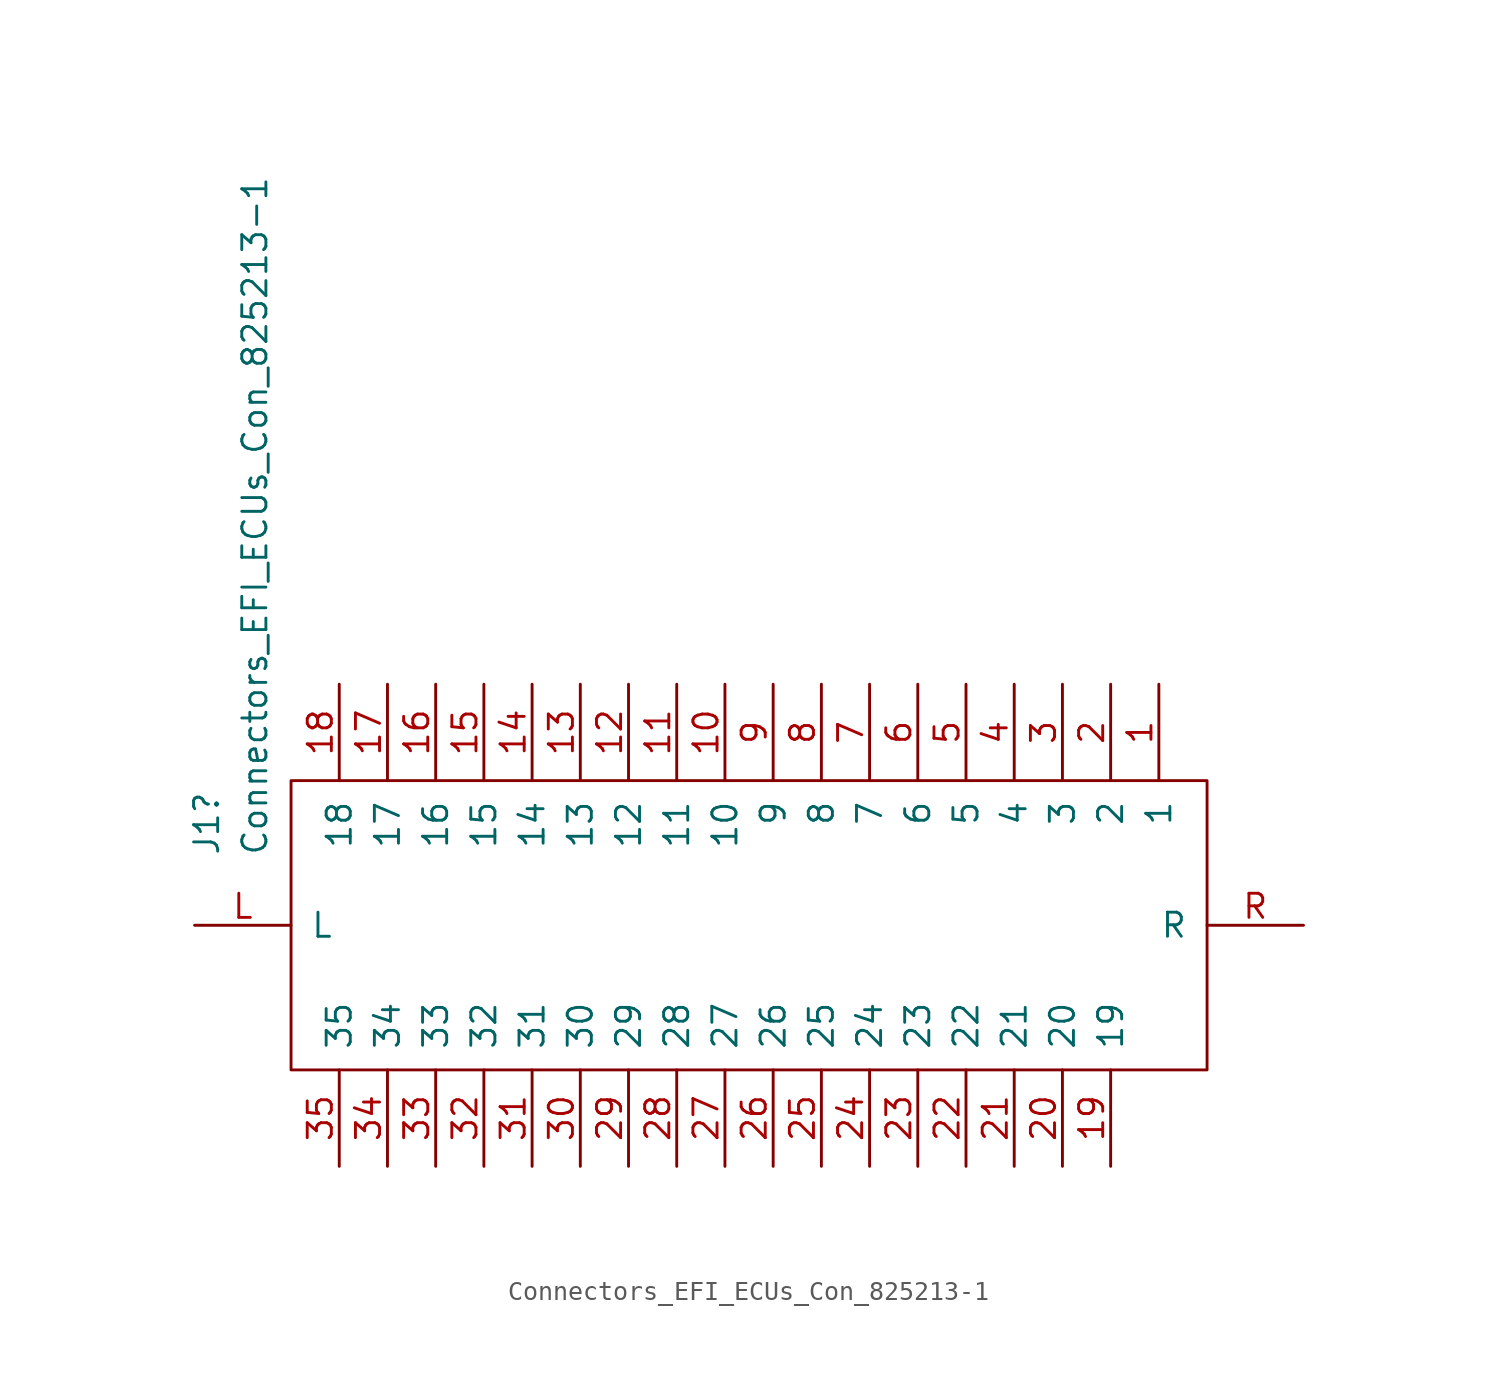
<source format=kicad_sym>
(kicad_symbol_lib
  (version 20220914)
  (generator kicad_symbol_editor)
  (symbol "Connectors_EFI_ECUs_Con_825213-1"
    (pin_names
      (offset 1.016))
    (property "Reference" "J1"
      (at 6.985 3.626 90)
      (effects (font (size 1.27 1.27)) (justify left)))
    (property "Value" "Connectors_EFI_ECUs_Con_825213-1"
      (at 9.525 3.626 90)
      (effects (font (size 1.27 1.27)) (justify left)))
    (symbol "Connectors_EFI_ECUs_Con_825213-1_1_1"
      (polyline (pts (xy 11.43 7.62) (xy 59.69 7.62) (xy 59.69 -7.62) (xy 11.43 -7.62) (xy 11.43 7.62)) (stroke (width 0.152) (type solid)) (fill (type none)))
      (pin passive line (at 57.15 12.7 270) (length 5.08) (name "1" (effects (font (size 1.27 1.27)))) (number "1" (effects (font (size 1.27 1.27)))))
      (pin passive line (at 34.29 12.7 270) (length 5.08) (name "10" (effects (font (size 1.27 1.27)))) (number "10" (effects (font (size 1.27 1.27)))))
      (pin passive line (at 31.75 12.7 270) (length 5.08) (name "11" (effects (font (size 1.27 1.27)))) (number "11" (effects (font (size 1.27 1.27)))))
      (pin passive line (at 29.21 12.7 270) (length 5.08) (name "12" (effects (font (size 1.27 1.27)))) (number "12" (effects (font (size 1.27 1.27)))))
      (pin passive line (at 26.67 12.7 270) (length 5.08) (name "13" (effects (font (size 1.27 1.27)))) (number "13" (effects (font (size 1.27 1.27)))))
      (pin passive line (at 24.13 12.7 270) (length 5.08) (name "14" (effects (font (size 1.27 1.27)))) (number "14" (effects (font (size 1.27 1.27)))))
      (pin passive line (at 21.59 12.7 270) (length 5.08) (name "15" (effects (font (size 1.27 1.27)))) (number "15" (effects (font (size 1.27 1.27)))))
      (pin passive line (at 19.05 12.7 270) (length 5.08) (name "16" (effects (font (size 1.27 1.27)))) (number "16" (effects (font (size 1.27 1.27)))))
      (pin passive line (at 16.51 12.7 270) (length 5.08) (name "17" (effects (font (size 1.27 1.27)))) (number "17" (effects (font (size 1.27 1.27)))))
      (pin passive line (at 13.97 12.7 270) (length 5.08) (name "18" (effects (font (size 1.27 1.27)))) (number "18" (effects (font (size 1.27 1.27)))))
      (pin passive line (at 54.61 -12.7 90) (length 5.08) (name "19" (effects (font (size 1.27 1.27)))) (number "19" (effects (font (size 1.27 1.27)))))
      (pin passive line (at 54.61 12.7 270) (length 5.08) (name "2" (effects (font (size 1.27 1.27)))) (number "2" (effects (font (size 1.27 1.27)))))
      (pin passive line (at 52.07 -12.7 90) (length 5.08) (name "20" (effects (font (size 1.27 1.27)))) (number "20" (effects (font (size 1.27 1.27)))))
      (pin passive line (at 49.53 -12.7 90) (length 5.08) (name "21" (effects (font (size 1.27 1.27)))) (number "21" (effects (font (size 1.27 1.27)))))
      (pin passive line (at 46.99 -12.7 90) (length 5.08) (name "22" (effects (font (size 1.27 1.27)))) (number "22" (effects (font (size 1.27 1.27)))))
      (pin passive line (at 44.45 -12.7 90) (length 5.08) (name "23" (effects (font (size 1.27 1.27)))) (number "23" (effects (font (size 1.27 1.27)))))
      (pin passive line (at 41.91 -12.7 90) (length 5.08) (name "24" (effects (font (size 1.27 1.27)))) (number "24" (effects (font (size 1.27 1.27)))))
      (pin passive line (at 39.37 -12.7 90) (length 5.08) (name "25" (effects (font (size 1.27 1.27)))) (number "25" (effects (font (size 1.27 1.27)))))
      (pin passive line (at 36.83 -12.7 90) (length 5.08) (name "26" (effects (font (size 1.27 1.27)))) (number "26" (effects (font (size 1.27 1.27)))))
      (pin passive line (at 34.29 -12.7 90) (length 5.08) (name "27" (effects (font (size 1.27 1.27)))) (number "27" (effects (font (size 1.27 1.27)))))
      (pin passive line (at 31.75 -12.7 90) (length 5.08) (name "28" (effects (font (size 1.27 1.27)))) (number "28" (effects (font (size 1.27 1.27)))))
      (pin passive line (at 29.21 -12.7 90) (length 5.08) (name "29" (effects (font (size 1.27 1.27)))) (number "29" (effects (font (size 1.27 1.27)))))
      (pin passive line (at 52.07 12.7 270) (length 5.08) (name "3" (effects (font (size 1.27 1.27)))) (number "3" (effects (font (size 1.27 1.27)))))
      (pin passive line (at 26.67 -12.7 90) (length 5.08) (name "30" (effects (font (size 1.27 1.27)))) (number "30" (effects (font (size 1.27 1.27)))))
      (pin passive line (at 24.13 -12.7 90) (length 5.08) (name "31" (effects (font (size 1.27 1.27)))) (number "31" (effects (font (size 1.27 1.27)))))
      (pin passive line (at 21.59 -12.7 90) (length 5.08) (name "32" (effects (font (size 1.27 1.27)))) (number "32" (effects (font (size 1.27 1.27)))))
      (pin passive line (at 19.05 -12.7 90) (length 5.08) (name "33" (effects (font (size 1.27 1.27)))) (number "33" (effects (font (size 1.27 1.27)))))
      (pin passive line (at 16.51 -12.7 90) (length 5.08) (name "34" (effects (font (size 1.27 1.27)))) (number "34" (effects (font (size 1.27 1.27)))))
      (pin passive line (at 13.97 -12.7 90) (length 5.08) (name "35" (effects (font (size 1.27 1.27)))) (number "35" (effects (font (size 1.27 1.27)))))
      (pin passive line (at 49.53 12.7 270) (length 5.08) (name "4" (effects (font (size 1.27 1.27)))) (number "4" (effects (font (size 1.27 1.27)))))
      (pin passive line (at 46.99 12.7 270) (length 5.08) (name "5" (effects (font (size 1.27 1.27)))) (number "5" (effects (font (size 1.27 1.27)))))
      (pin passive line (at 44.45 12.7 270) (length 5.08) (name "6" (effects (font (size 1.27 1.27)))) (number "6" (effects (font (size 1.27 1.27)))))
      (pin passive line (at 41.91 12.7 270) (length 5.08) (name "7" (effects (font (size 1.27 1.27)))) (number "7" (effects (font (size 1.27 1.27)))))
      (pin passive line (at 39.37 12.7 270) (length 5.08) (name "8" (effects (font (size 1.27 1.27)))) (number "8" (effects (font (size 1.27 1.27)))))
      (pin passive line (at 36.83 12.7 270) (length 5.08) (name "9" (effects (font (size 1.27 1.27)))) (number "9" (effects (font (size 1.27 1.27)))))
      (pin passive line (at 6.35 0 0) (length 5.08) (name "L" (effects (font (size 1.27 1.27)))) (number "L" (effects (font (size 1.27 1.27)))))
      (pin passive line (at 64.77 0 180) (length 5.08) (name "R" (effects (font (size 1.27 1.27)))) (number "R" (effects (font (size 1.27 1.27))))))))
</source>
